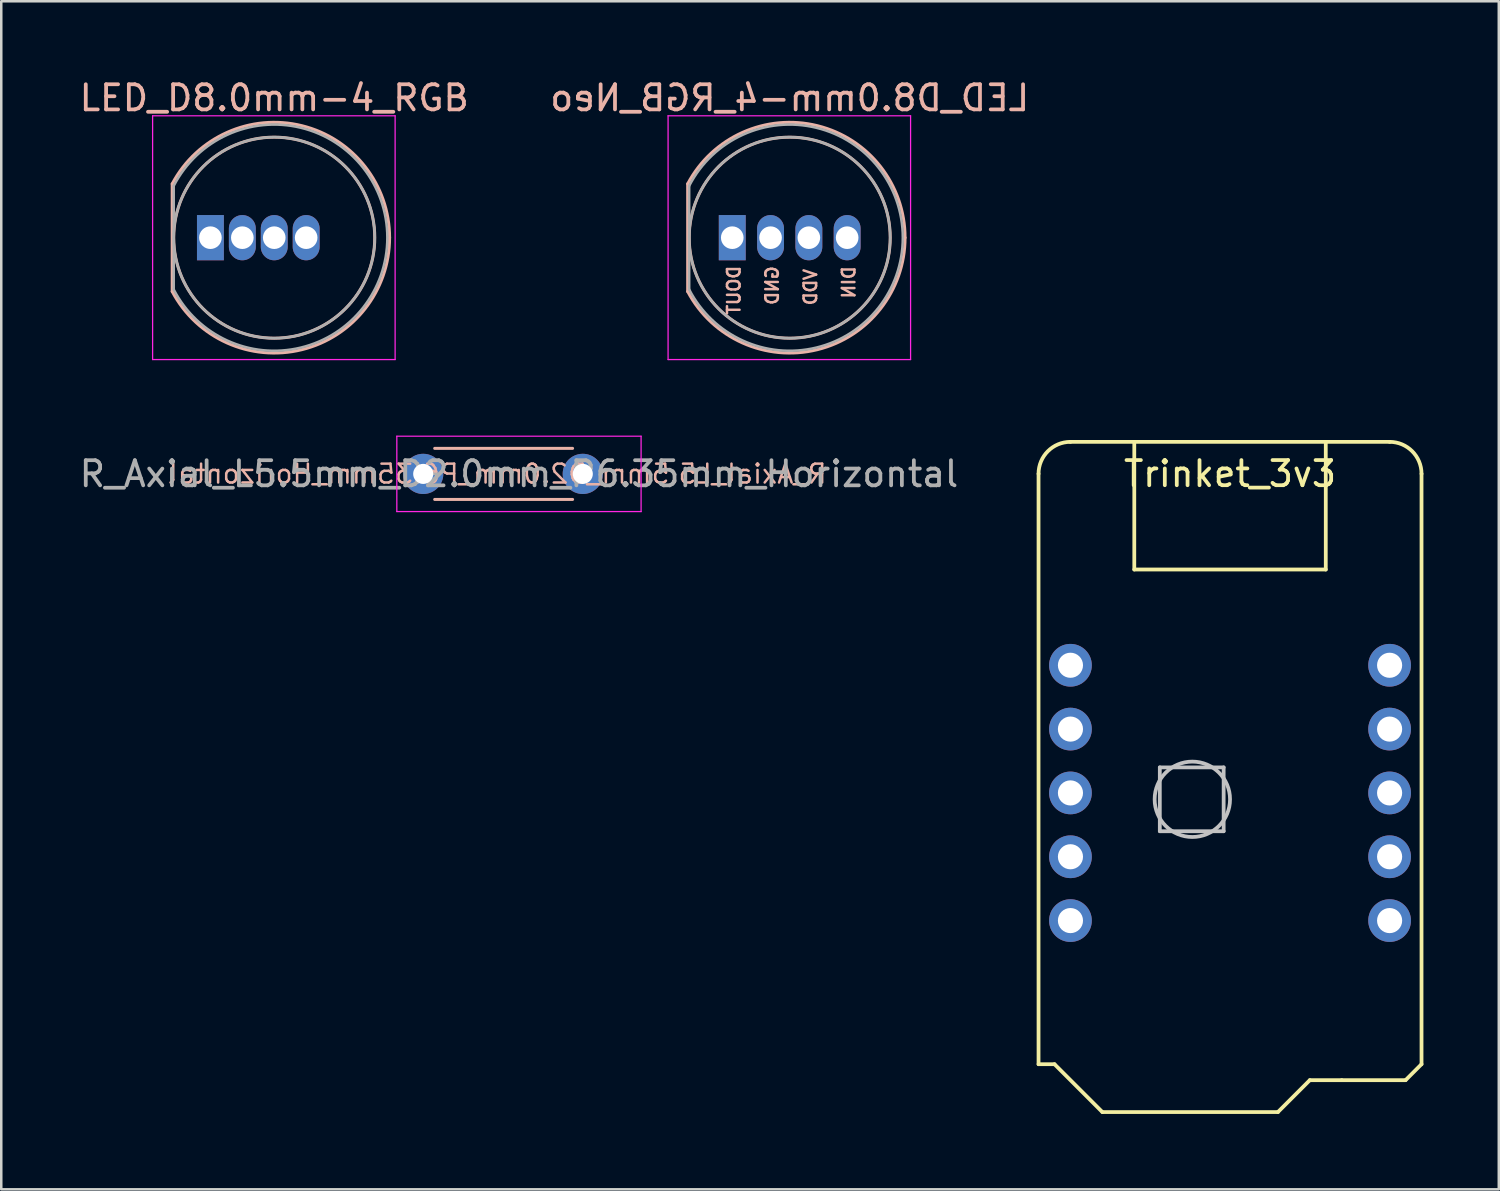
<source format=kicad_pcb>
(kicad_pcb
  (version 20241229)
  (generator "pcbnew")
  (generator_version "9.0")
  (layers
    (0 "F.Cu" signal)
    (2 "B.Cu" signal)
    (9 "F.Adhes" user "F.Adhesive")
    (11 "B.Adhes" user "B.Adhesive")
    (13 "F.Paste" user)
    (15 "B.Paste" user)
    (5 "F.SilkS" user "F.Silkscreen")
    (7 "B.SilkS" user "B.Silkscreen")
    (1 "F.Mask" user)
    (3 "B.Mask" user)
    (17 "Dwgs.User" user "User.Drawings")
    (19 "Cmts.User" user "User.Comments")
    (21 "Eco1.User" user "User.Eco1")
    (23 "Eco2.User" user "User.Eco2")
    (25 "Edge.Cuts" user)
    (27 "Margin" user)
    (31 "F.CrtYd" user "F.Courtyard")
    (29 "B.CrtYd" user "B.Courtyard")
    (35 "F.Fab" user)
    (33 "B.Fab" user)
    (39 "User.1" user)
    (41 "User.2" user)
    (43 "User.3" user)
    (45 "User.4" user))
  (footprint "Trinket_3v3"
    (layer "F.Cu")
    (at 45.897 14.533)
    (property "Reference" "Trinket_3v3" (at 0 1.27 0) (layer "F.SilkS") (effects (font (size 1 1) (thickness 0.15))))
    (attr through_hole)
    (fp_line (start -7.62 24.765) (end -7.62 1.27) (stroke (width 0.15) (type solid)) (layer "F.SilkS"))
    (fp_line (start -6.985 24.765) (end -7.62 24.765) (stroke (width 0.15) (type solid)) (layer "F.SilkS"))
    (fp_line (start -6.35 0) (end 6.35 0) (stroke (width 0.15) (type solid)) (layer "F.SilkS"))
    (fp_line (start -5.08 26.67) (end -6.985 24.765) (stroke (width 0.15) (type solid)) (layer "F.SilkS"))
    (fp_line (start -3.81 0) (end -3.81 5.08) (stroke (width 0.15) (type solid)) (layer "F.SilkS"))
    (fp_line (start -3.81 5.08) (end 3.81 5.08) (stroke (width 0.15) (type solid)) (layer "F.SilkS"))
    (fp_line (start 1.905 26.67) (end -5.08 26.67) (stroke (width 0.15) (type solid)) (layer "F.SilkS"))
    (fp_line (start 3.175 25.4) (end 1.905 26.67) (stroke (width 0.15) (type solid)) (layer "F.SilkS"))
    (fp_line (start 3.81 5.08) (end 3.81 0) (stroke (width 0.15) (type solid)) (layer "F.SilkS"))
    (fp_line (start 4.445 25.4) (end 3.175 25.4) (stroke (width 0.15) (type solid)) (layer "F.SilkS"))
    (fp_line (start 6.985 25.4) (end 4.445 25.4) (stroke (width 0.15) (type solid)) (layer "F.SilkS"))
    (fp_line (start 7.62 24.765) (end 6.985 25.4) (stroke (width 0.15) (type solid)) (layer "F.SilkS"))
    (fp_line (start 7.62 24.765) (end 7.62 1.27) (stroke (width 0.15) (type solid)) (layer "F.SilkS"))
    (fp_arc (start -7.62 1.27) (mid -7.248026 0.371974) (end -6.35 0) (stroke (width 0.15) (type solid)) (layer "F.SilkS"))
    (fp_arc (start 6.35 0) (mid 7.248026 0.371974) (end 7.62 1.27) (stroke (width 0.15) (type solid)) (layer "F.SilkS"))
    (fp_line (start -2.794 12.954) (end -2.794 15.494) (stroke (width 0.15) (type solid)) (layer "Dwgs.User"))
    (fp_line (start -2.794 15.494) (end -0.254 15.494) (stroke (width 0.15) (type solid)) (layer "Dwgs.User"))
    (fp_line (start -0.254 12.954) (end -2.794 12.954) (stroke (width 0.15) (type solid)) (layer "Dwgs.User"))
    (fp_line (start -0.254 15.494) (end -0.254 12.954) (stroke (width 0.15) (type solid)) (layer "Dwgs.User"))
    (fp_circle (center -1.5 14.224) (end -3 14.224) (stroke (width 0.15) (type solid)) (fill no) (layer "Dwgs.User"))
    (pad "1" thru_hole circle (at -6.35 8.89) (size 1.7 1.7) (drill 1) (layers "*.Cu" "*.Mask"))
    (pad "2" thru_hole circle (at -6.35 11.43) (size 1.7 1.7) (drill 1) (layers "*.Cu" "*.Mask"))
    (pad "3" thru_hole circle (at -6.35 13.97) (size 1.7 1.7) (drill 1) (layers "*.Cu" "*.Mask"))
    (pad "4" thru_hole circle (at -6.35 16.51) (size 1.7 1.7) (drill 1) (layers "*.Cu" "*.Mask"))
    (pad "5" thru_hole circle (at -6.35 19.05) (size 1.7 1.7) (drill 1) (layers "*.Cu" "*.Mask"))
    (pad "6" thru_hole circle (at 6.35 19.05) (size 1.7 1.7) (drill 1) (layers "*.Cu" "*.Mask"))
    (pad "7" thru_hole circle (at 6.35 16.51) (size 1.7 1.7) (drill 1) (layers "*.Cu" "*.Mask"))
    (pad "8" thru_hole circle (at 6.35 13.97) (size 1.7 1.7) (drill 1) (layers "*.Cu" "*.Mask"))
    (pad "9" thru_hole circle (at 6.35 11.43) (size 1.7 1.7) (drill 1) (layers "*.Cu" "*.Mask"))
    (pad "10" thru_hole circle (at 6.35 8.89) (size 1.7 1.7) (drill 1) (layers "*.Cu" "*.Mask")))
  (footprint "R_Axial_L5.5mm_D2.0mm_P6.35mm_Horizontal"
    (layer "F.Cu")
    (at 13.791 15.808)
    (property "Reference" "R_Axial_L5.5mm_D2.0mm_P6.35mm_Horizontal" (at 2.946 0 0) (layer "B.SilkS") (effects (font (size 0.75 0.75) (thickness 0.1)) (justify mirror)))
    (attr through_hole)
    (fp_line (start 0.457 1.016) (end 5.944 1.016) (stroke (width 0.12) (type solid)) (layer "B.SilkS"))
    (fp_line (start 5.944 -1.016) (end 0.457 -1.016) (stroke (width 0.12) (type solid)) (layer "B.SilkS"))
    (fp_line (start -1.05 -1.5) (end -1.05 1.5) (stroke (width 0.05) (type solid)) (layer "F.CrtYd"))
    (fp_line (start -1.05 1.5) (end 8.67 1.5) (stroke (width 0.05) (type solid)) (layer "F.CrtYd"))
    (fp_line (start 8.67 -1.5) (end -1.05 -1.5) (stroke (width 0.05) (type solid)) (layer "F.CrtYd"))
    (fp_line (start 8.67 1.5) (end 8.67 -1.5) (stroke (width 0.05) (type solid)) (layer "F.CrtYd"))
    (fp_line (start 0 0) (end 0.66 0) (stroke (width 0.1) (type solid)) (layer "F.Fab"))
    (fp_text user "${REFERENCE}" (at 3.81 0 0) (layer "F.Fab") (effects (font (size 1 1) (thickness 0.15))))
    (pad "1" thru_hole circle (at 0 0) (size 1.6 1.6) (drill 0.8) (layers "*.Cu" "*.Mask"))
    (pad "2" thru_hole oval (at 6.35 0) (size 1.6 1.6) (drill 0.8) (layers "*.Cu" "*.Mask")))
  (footprint "LED_D8.0mm-4_RGB_Neo"
    (layer "F.Cu")
    (at 25.835 6.408)
    (property "Reference" "LED_D8.0mm-4_RGB_Neo" (at 2.54 -5.56 0) (layer "B.SilkS") (effects (font (size 1 1) (thickness 0.15)) (justify mirror)))
    (attr through_hole)
    (fp_line (start -1.52 -2.142) (end -1.52 2.142) (stroke (width 0.12) (type solid)) (layer "B.SilkS"))
    (fp_arc (start -1.52 -2.141145) (mid 3.643119 -4.455472) (end 7.13 0.000486) (stroke (width 0.12) (type solid)) (layer "B.SilkS"))
    (fp_arc (start 7.13 -0.000486) (mid 3.643119 4.455472) (end -1.52 2.141145) (stroke (width 0.12) (type solid)) (layer "B.SilkS"))
    (fp_circle (center 2.54 0) (end 6.54 0) (stroke (width 0.12) (type solid)) (fill no) (layer "B.SilkS"))
    (fp_line (start -2.3 -4.85) (end -2.3 4.85) (stroke (width 0.05) (type solid)) (layer "F.CrtYd"))
    (fp_line (start -2.3 4.85) (end 7.35 4.85) (stroke (width 0.05) (type solid)) (layer "F.CrtYd"))
    (fp_line (start 7.35 -4.85) (end -2.3 -4.85) (stroke (width 0.05) (type solid)) (layer "F.CrtYd"))
    (fp_line (start 7.35 4.85) (end 7.35 -4.85) (stroke (width 0.05) (type solid)) (layer "F.CrtYd"))
    (fp_line (start -1.46 -2.062) (end -1.46 2.062) (stroke (width 0.1) (type solid)) (layer "F.Fab"))
    (fp_arc (start -1.46 -2.061553) (mid 7.04 0.00126) (end -1.461154 2.059312) (stroke (width 0.1) (type solid)) (layer "F.Fab"))
    (fp_circle (center 2.54 0) (end 6.54 0) (stroke (width 0.1) (type solid)) (fill no) (layer "F.Fab"))
    (fp_text user "GND" (at 1.841 1.905 90) (layer "B.SilkS") (effects (font (size 0.5 0.5) (thickness 0.1)) (justify mirror)))
    (fp_text user "VDD" (at 3.365 1.968 90) (layer "B.SilkS") (effects (font (size 0.5 0.5) (thickness 0.1)) (justify mirror)))
    (fp_text user "DIN" (at 4.889 1.778 90) (layer "B.SilkS") (effects (font (size 0.5 0.5) (thickness 0.1)) (justify mirror)))
    (fp_text user "DOUT" (at 0.318 2.095 90) (layer "B.SilkS") (effects (font (size 0.5 0.5) (thickness 0.1)) (justify mirror)))
    (pad "1" thru_hole rect (at 0.254 0) (size 1.07 1.8) (drill 0.9) (layers "*.Cu" "*.Mask"))
    (pad "2" thru_hole oval (at 1.778 0) (size 1.07 1.8) (drill 0.9) (layers "*.Cu" "*.Mask"))
    (pad "3" thru_hole oval (at 3.302 0) (size 1.07 1.8) (drill 0.9) (layers "*.Cu" "*.Mask"))
    (pad "4" thru_hole oval (at 4.826 0) (size 1.07 1.8) (drill 0.9) (layers "*.Cu" "*.Mask")))
  (footprint "LED_D8.0mm-4_RGB"
    (layer "F.Cu")
    (at 5.323 6.408)
    (property "Reference" "LED_D8.0mm-4_RGB" (at 2.54 -5.56 0) (layer "B.SilkS") (effects (font (size 1 1) (thickness 0.15))))
    (attr through_hole)
    (fp_line (start -1.52 -2.142) (end -1.52 2.142) (stroke (width 0.12) (type solid)) (layer "B.SilkS"))
    (fp_arc (start -1.52 -2.141145) (mid 3.643119 -4.455472) (end 7.13 0.000486) (stroke (width 0.12) (type solid)) (layer "B.SilkS"))
    (fp_arc (start 7.13 -0.000486) (mid 3.643119 4.455472) (end -1.52 2.141145) (stroke (width 0.12) (type solid)) (layer "B.SilkS"))
    (fp_circle (center 2.54 0) (end 6.54 0) (stroke (width 0.12) (type solid)) (fill no) (layer "B.SilkS"))
    (fp_line (start -2.3 -4.85) (end -2.3 4.85) (stroke (width 0.05) (type solid)) (layer "F.CrtYd"))
    (fp_line (start -2.3 4.85) (end 7.35 4.85) (stroke (width 0.05) (type solid)) (layer "F.CrtYd"))
    (fp_line (start 7.35 -4.85) (end -2.3 -4.85) (stroke (width 0.05) (type solid)) (layer "F.CrtYd"))
    (fp_line (start 7.35 4.85) (end 7.35 -4.85) (stroke (width 0.05) (type solid)) (layer "F.CrtYd"))
    (fp_line (start -1.46 -2.062) (end -1.46 2.062) (stroke (width 0.1) (type solid)) (layer "F.Fab"))
    (fp_arc (start -1.46 -2.061553) (mid 7.04 0.00126) (end -1.461154 2.059312) (stroke (width 0.1) (type solid)) (layer "F.Fab"))
    (fp_circle (center 2.54 0) (end 6.54 0) (stroke (width 0.1) (type solid)) (fill no) (layer "F.Fab"))
    (pad "1" thru_hole rect (at 0 0) (size 1.07 1.8) (drill 0.9) (layers "*.Cu" "*.Mask"))
    (pad "2" thru_hole oval (at 1.27 0) (size 1.07 1.8) (drill 0.9) (layers "*.Cu" "*.Mask"))
    (pad "3" thru_hole oval (at 2.54 0) (size 1.07 1.8) (drill 0.9) (layers "*.Cu" "*.Mask"))
    (pad "4" thru_hole oval (at 3.81 0) (size 1.07 1.8) (drill 0.9) (layers "*.Cu" "*.Mask")))
  (gr_rect
    (start -3 -3)
    (end 56.592 44.278)
    (stroke (width 0.1) (type default))
    (fill no)
    (layer "Edge.Cuts")))
</source>
